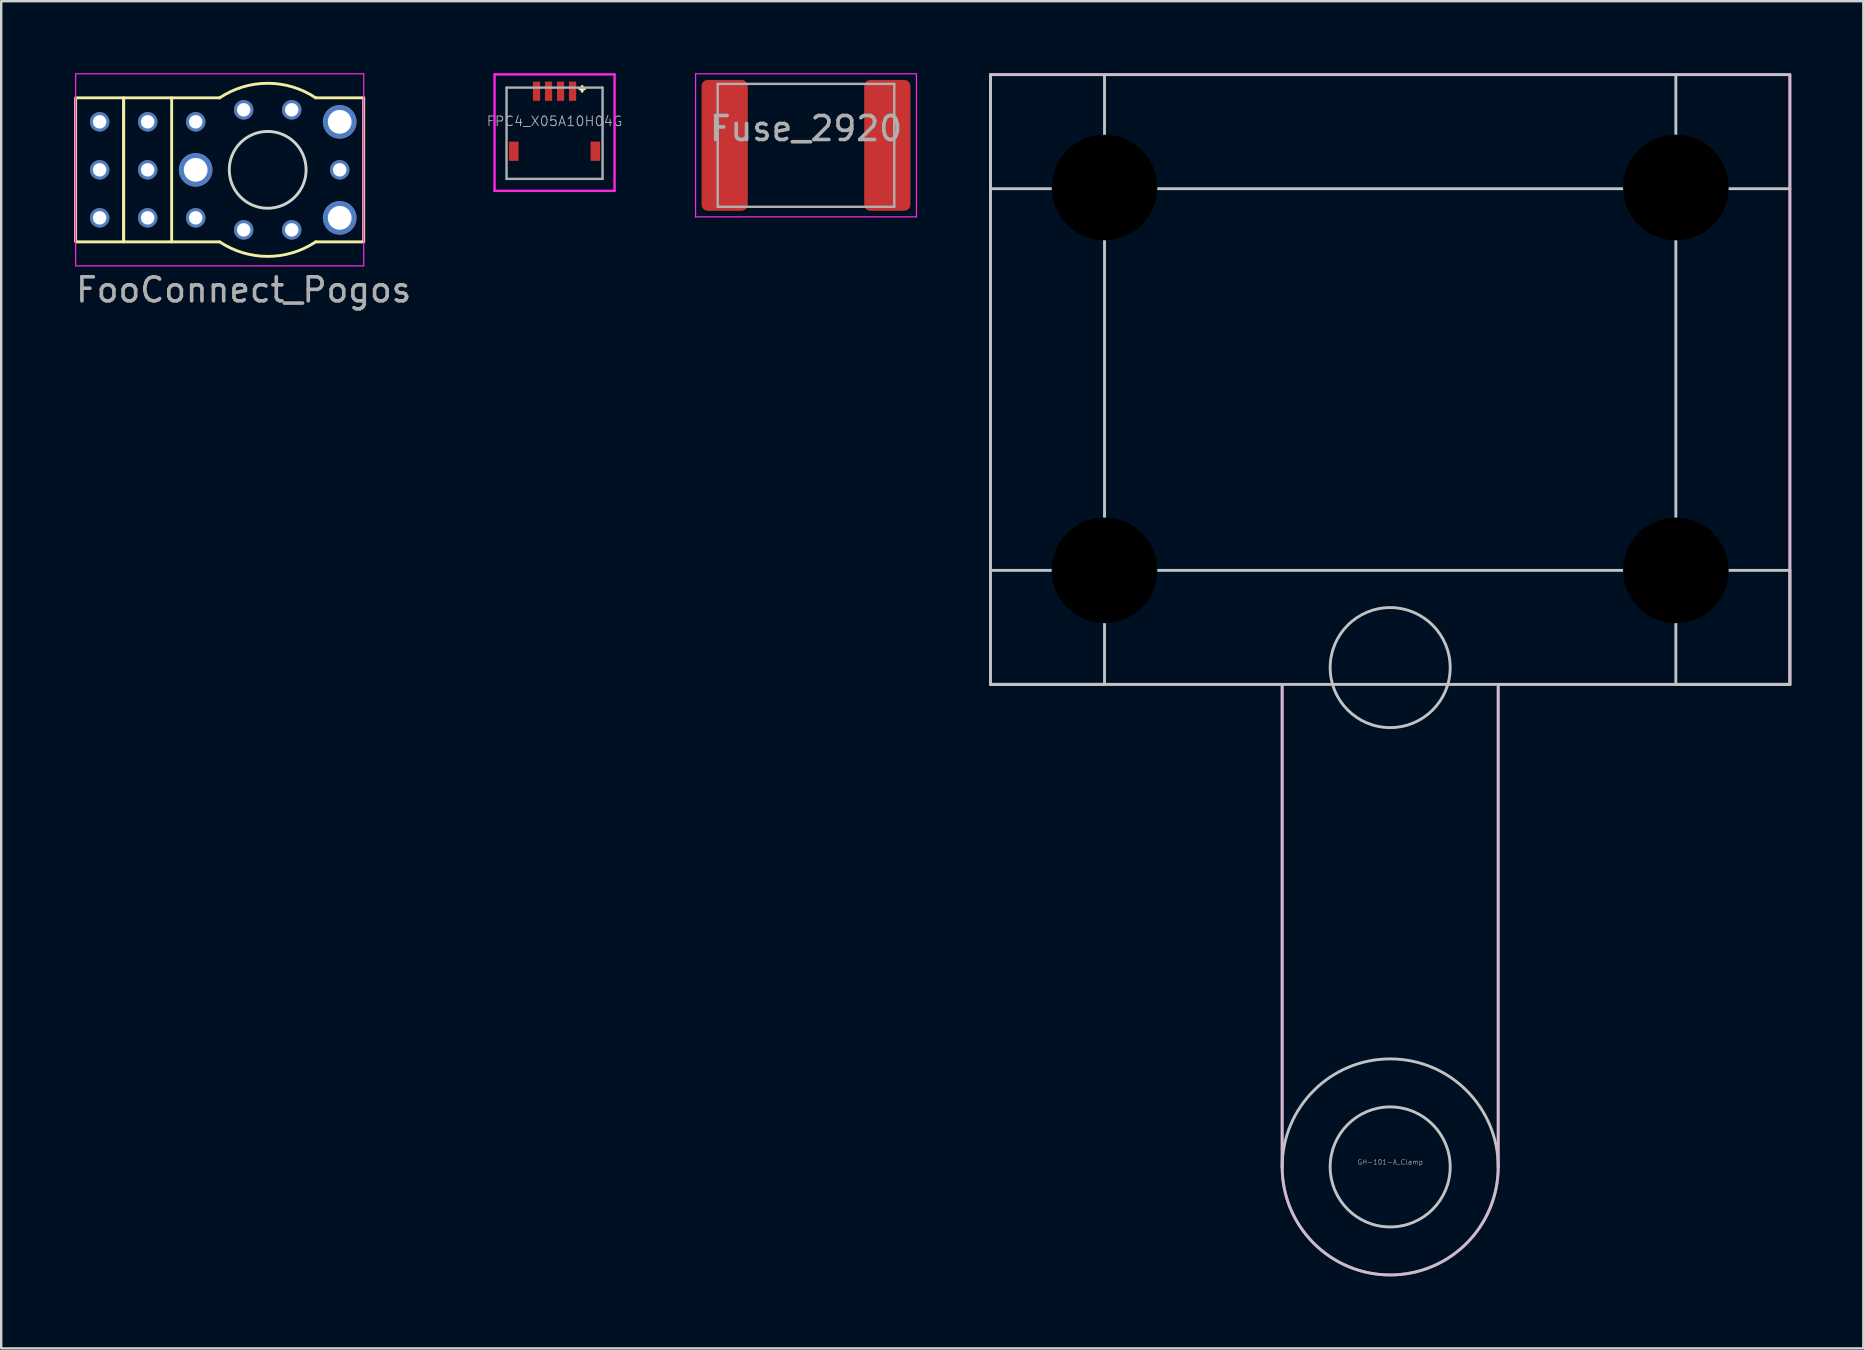
<source format=kicad_pcb>
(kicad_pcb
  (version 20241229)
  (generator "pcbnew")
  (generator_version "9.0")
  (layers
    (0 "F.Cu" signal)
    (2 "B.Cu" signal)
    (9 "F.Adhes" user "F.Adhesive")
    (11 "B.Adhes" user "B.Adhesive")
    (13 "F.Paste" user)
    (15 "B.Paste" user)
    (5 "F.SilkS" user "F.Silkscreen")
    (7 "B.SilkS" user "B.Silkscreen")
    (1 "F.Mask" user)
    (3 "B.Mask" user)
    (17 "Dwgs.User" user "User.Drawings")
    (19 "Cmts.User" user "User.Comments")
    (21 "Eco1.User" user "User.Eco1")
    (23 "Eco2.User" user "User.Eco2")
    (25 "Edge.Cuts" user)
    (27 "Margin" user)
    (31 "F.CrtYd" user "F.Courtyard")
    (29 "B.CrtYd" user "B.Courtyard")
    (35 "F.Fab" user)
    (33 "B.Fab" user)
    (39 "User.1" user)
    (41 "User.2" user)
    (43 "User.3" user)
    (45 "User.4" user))
  (footprint "GH-101-A_Clamp"
    (layer "F.Cu")
    (at 54.86 45.56)
    (property "Reference" "GH-101-A_Clamp" (at 0 -0.2 0) (unlocked yes) (layer "F.Fab") (effects (font (size 0.2 0.2) (thickness 0.02))))
    (attr board_only exclude_from_bom)
    (fp_line (start -16.65 -45.5) (end -16.65 -40.75) (stroke (width 0.12) (type solid)) (layer "Dwgs.User"))
    (fp_line (start -16.65 -40.75) (end 16.65 -40.75) (stroke (width 0.12) (type solid)) (layer "Dwgs.User"))
    (fp_line (start -16.65 -20.1) (end -11.9 -20.1) (stroke (width 0.12) (type solid)) (layer "Dwgs.User"))
    (fp_line (start -11.9 -20.1) (end -11.9 -45.5) (stroke (width 0.12) (type solid)) (layer "Dwgs.User"))
    (fp_line (start -4.5 0) (end -4.5 -20.1) (stroke (width 0.12) (type solid)) (layer "Dwgs.User"))
    (fp_line (start 4.5 0) (end 4.5 -20.1) (stroke (width 0.12) (type solid)) (layer "Dwgs.User"))
    (fp_line (start 11.9 -20.1) (end 11.9 -45.5) (stroke (width 0.12) (type solid)) (layer "Dwgs.User"))
    (fp_line (start 16.65 -24.85) (end -16.65 -24.85) (stroke (width 0.12) (type solid)) (layer "Dwgs.User"))
    (fp_line (start 16.65 -20.1) (end 11.9 -20.1) (stroke (width 0.12) (type solid)) (layer "Dwgs.User"))
    (fp_line (start 16.65 -20.1) (end 16.65 -24.85) (stroke (width 0.12) (type solid)) (layer "Dwgs.User"))
    (fp_rect (start -16.65 -20.1) (end 16.65 -45.5) (stroke (width 0.12) (type solid)) (fill no) (layer "Dwgs.User"))
    (fp_circle (center 0 -20.8) (end 0 -18.3) (stroke (width 0.12) (type solid)) (fill no) (layer "Dwgs.User"))
    (fp_circle (center 0 0) (end 0 2.5) (stroke (width 0.12) (type solid)) (fill no) (layer "Dwgs.User"))
    (fp_circle (center 0 0) (end 0 4.5) (stroke (width 0.12) (type solid)) (fill no) (layer "Dwgs.User"))
    (fp_line (start -16.65 -45.5) (end 16.65 -45.5) (stroke (width 0.12) (type solid)) (layer "F.CrtYd"))
    (fp_line (start -16.65 -20.1) (end -16.65 -45.5) (stroke (width 0.12) (type solid)) (layer "F.CrtYd"))
    (fp_line (start -4.5 -20.1) (end -16.65 -20.1) (stroke (width 0.12) (type solid)) (layer "F.CrtYd"))
    (fp_line (start -4.5 0) (end -4.5 -20.1) (stroke (width 0.12) (type solid)) (layer "F.CrtYd"))
    (fp_line (start 4.5 -20.1) (end 4.5 0) (stroke (width 0.12) (type solid)) (layer "F.CrtYd"))
    (fp_line (start 16.65 -45.5) (end 16.65 -20.1) (stroke (width 0.12) (type solid)) (layer "F.CrtYd"))
    (fp_line (start 16.65 -20.1) (end 4.5 -20.1) (stroke (width 0.12) (type solid)) (layer "F.CrtYd"))
    (fp_arc (start 4.5 0) (mid 0 4.5) (end -4.5 0) (stroke (width 0.12) (type solid)) (layer "F.CrtYd"))
    (pad "" np_thru_hole circle (at -11.9 -40.8) (size 4.4 4.4) (drill 4.4) (layers "*.Mask"))
    (pad "" np_thru_hole circle (at -11.9 -24.85) (size 4.4 4.4) (drill 4.4) (layers "*.Mask"))
    (pad "" np_thru_hole circle (at 11.9 -40.8) (size 4.4 4.4) (drill 4.4) (layers "*.Mask"))
    (pad "" np_thru_hole circle (at 11.9 -24.85) (size 4.4 4.4) (drill 4.4) (layers "*.Mask")))
  (footprint "FooConnect_Pogos"
    (layer "F.Cu")
    (at 8.101 4.025)
    (property "Reference" "FooConnect_Pogos" (at -1 5 0) (layer "F.Fab") (effects (font (size 1 1) (thickness 0.15))))
    (attr exclude_from_pos_files exclude_from_bom)
    (fp_line (start -4 -3) (end -2 -3) (stroke (width 0.12) (type default)) (layer "F.SilkS"))
    (fp_line (start -4 3) (end -2 3) (stroke (width 0.12) (type default)) (layer "F.SilkS"))
    (fp_line (start 2 -3) (end 4 -3) (stroke (width 0.12) (type default)) (layer "F.SilkS"))
    (fp_line (start 4 -3) (end 4 3) (stroke (width 0.12) (type default)) (layer "F.SilkS"))
    (fp_line (start 4 3) (end 2 3) (stroke (width 0.12) (type default)) (layer "F.SilkS"))
    (fp_rect (start -8 -3) (end -6 3) (stroke (width 0.12) (type default)) (fill no) (layer "F.SilkS"))
    (fp_rect (start -6 -3) (end -4 3) (stroke (width 0.12) (type default)) (fill no) (layer "F.SilkS"))
    (fp_arc (start -2 -3) (mid 0 -3.605551) (end 2 -3) (stroke (width 0.12) (type default)) (layer "F.SilkS"))
    (fp_arc (start 2 3) (mid 0 3.605551) (end -2 3) (stroke (width 0.12) (type default)) (layer "F.SilkS"))
    (fp_circle (center 0 0) (end 1.6 0) (stroke (width 0.12) (type default)) (fill no) (layer "Edge.Cuts"))
    (fp_line (start -8 -4) (end 4 -4) (stroke (width 0.05) (type solid)) (layer "F.CrtYd"))
    (fp_line (start -8 4) (end -8 -4) (stroke (width 0.05) (type solid)) (layer "F.CrtYd"))
    (fp_line (start 4 -4) (end 4 4) (stroke (width 0.05) (type solid)) (layer "F.CrtYd"))
    (fp_line (start 4 4) (end -8 4) (stroke (width 0.05) (type solid)) (layer "F.CrtYd"))
    (pad "" thru_hole circle (at -3 0) (size 1.4 1.4) (drill 0.991) (layers "*.Cu" "*.Mask"))
    (pad "" thru_hole circle (at 3 -2) (size 1.4 1.4) (drill 0.991) (layers "*.Cu" "*.Mask"))
    (pad "" thru_hole circle (at 3 2) (size 1.4 1.4) (drill 0.991) (layers "*.Cu" "*.Mask"))
    (pad "1" thru_hole circle (at 3 0) (size 0.81 0.81) (drill 0.56) (layers "*.Cu" "*.Mask"))
    (pad "2" thru_hole circle (at 1 -2.5) (size 0.81 0.81) (drill 0.56) (layers "*.Cu" "*.Mask"))
    (pad "3" thru_hole circle (at 1 2.5) (size 0.81 0.81) (drill 0.56) (layers "*.Cu" "*.Mask"))
    (pad "4" thru_hole circle (at -1 -2.5) (size 0.81 0.81) (drill 0.56) (layers "*.Cu" "*.Mask"))
    (pad "5" thru_hole circle (at -1 2.5) (size 0.81 0.81) (drill 0.56) (layers "*.Cu" "*.Mask"))
    (pad "6" thru_hole circle (at -3 -2) (size 0.81 0.81) (drill 0.56) (layers "*.Cu" "*.Mask"))
    (pad "7" thru_hole circle (at -3 2) (size 0.81 0.81) (drill 0.56) (layers "*.Cu" "*.Mask"))
    (pad "8" thru_hole circle (at -5 -2) (size 0.81 0.81) (drill 0.56) (layers "*.Cu" "*.Mask"))
    (pad "9" thru_hole circle (at -5 2) (size 0.81 0.81) (drill 0.56) (layers "*.Cu" "*.Mask"))
    (pad "10" thru_hole circle (at -5 0) (size 0.81 0.81) (drill 0.56) (layers "*.Cu" "*.Mask"))
    (pad "11" thru_hole circle (at -7 -2) (size 0.81 0.81) (drill 0.56) (layers "*.Cu" "*.Mask"))
    (pad "12" thru_hole circle (at -7 2) (size 0.81 0.81) (drill 0.56) (layers "*.Cu" "*.Mask"))
    (pad "13" thru_hole circle (at -7 0) (size 0.81 0.81) (drill 0.56) (layers "*.Cu" "*.Mask")))
  (footprint "FPC4_X05A10H04G"
    (layer "F.Cu")
    (at 20.051 2.5)
    (property "Reference" "FPC4_X05A10H04G" (at 0 -0.5 0) (layer "F.Fab") (effects (font (size 0.4 0.4) (thickness 0.04))))
    (attr smd)
    (fp_line (start 1.05 -1.85) (end 1.25 -1.85) (stroke (width 0.12) (type solid)) (layer "F.SilkS"))
    (fp_line (start 1.15 -1.95) (end 1.15 -1.75) (stroke (width 0.12) (type solid)) (layer "F.SilkS"))
    (fp_line (start -2.5 -2.45) (end -2.5 2.4) (stroke (width 0.1) (type solid)) (layer "F.CrtYd"))
    (fp_line (start -2.5 2.4) (end 2.5 2.4) (stroke (width 0.1) (type solid)) (layer "F.CrtYd"))
    (fp_line (start 2.5 -2.45) (end -2.5 -2.45) (stroke (width 0.1) (type solid)) (layer "F.CrtYd"))
    (fp_line (start 2.5 2.4) (end 2.5 -2.45) (stroke (width 0.1) (type solid)) (layer "F.CrtYd"))
    (fp_line (start -2 -1.9) (end 2 -1.9) (stroke (width 0.1) (type solid)) (layer "F.Fab"))
    (fp_line (start -2 1.9) (end -2 -1.9) (stroke (width 0.1) (type solid)) (layer "F.Fab"))
    (fp_line (start 2 -1.9) (end 2 1.9) (stroke (width 0.1) (type solid)) (layer "F.Fab"))
    (fp_line (start 2 1.9) (end -2 1.9) (stroke (width 0.1) (type solid)) (layer "F.Fab"))
    (pad "1" smd rect (at 0.75 -1.75) (size 0.3 0.8) (layers "F.Cu" "F.Mask" "F.Paste"))
    (pad "2" smd rect (at 0.25 -1.75) (size 0.3 0.8) (layers "F.Cu" "F.Mask" "F.Paste"))
    (pad "3" smd rect (at -0.25 -1.75) (size 0.3 0.8) (layers "F.Cu" "F.Mask" "F.Paste"))
    (pad "4" smd rect (at -0.75 -1.75) (size 0.3 0.8) (layers "F.Cu" "F.Mask" "F.Paste"))
    (pad "MP" smd rect (at -1.7 0.75) (size 0.4 0.8) (layers "F.Cu" "F.Mask" "F.Paste"))
    (pad "MP" smd rect (at 1.7 0.75) (size 0.4 0.8) (layers "F.Cu" "F.Mask" "F.Paste")))
  (footprint "Fuse_2920"
    (layer "F.Cu")
    (at 30.525 3.005)
    (property "Reference" "Fuse_2920" (at 0 -0.7 0) (layer "F.Fab") (effects (font (size 1 1) (thickness 0.15))))
    (attr smd)
    (fp_line (start -4.6 -2.98) (end 4.6 -2.98) (stroke (width 0.05) (type solid)) (layer "F.CrtYd"))
    (fp_line (start -4.6 2.98) (end -4.6 -2.98) (stroke (width 0.05) (type solid)) (layer "F.CrtYd"))
    (fp_line (start 4.6 -2.98) (end 4.6 2.98) (stroke (width 0.05) (type solid)) (layer "F.CrtYd"))
    (fp_line (start 4.6 2.98) (end -4.6 2.98) (stroke (width 0.05) (type solid)) (layer "F.CrtYd"))
    (fp_line (start -3.678 -2.56) (end 3.678 -2.56) (stroke (width 0.1) (type solid)) (layer "F.Fab"))
    (fp_line (start -3.678 2.56) (end -3.678 -2.56) (stroke (width 0.1) (type solid)) (layer "F.Fab"))
    (fp_line (start 3.678 -2.56) (end 3.678 2.56) (stroke (width 0.1) (type solid)) (layer "F.Fab"))
    (fp_line (start 3.678 2.56) (end -3.678 2.56) (stroke (width 0.1) (type solid)) (layer "F.Fab"))
    (pad "1" smd roundrect (at -3.388 0) (size 1.925 5.45) (layers "F.Cu" "F.Mask" "F.Paste") (roundrect_rratio 0.13))
    (pad "2" smd roundrect (at 3.388 0) (size 1.925 5.45) (layers "F.Cu" "F.Mask" "F.Paste") (roundrect_rratio 0.13)))
  (gr_rect
    (start -3 -3)
    (end 74.57 53.12)
    (stroke (width 0.1) (type default))
    (fill no)
    (layer "Edge.Cuts")))
</source>
